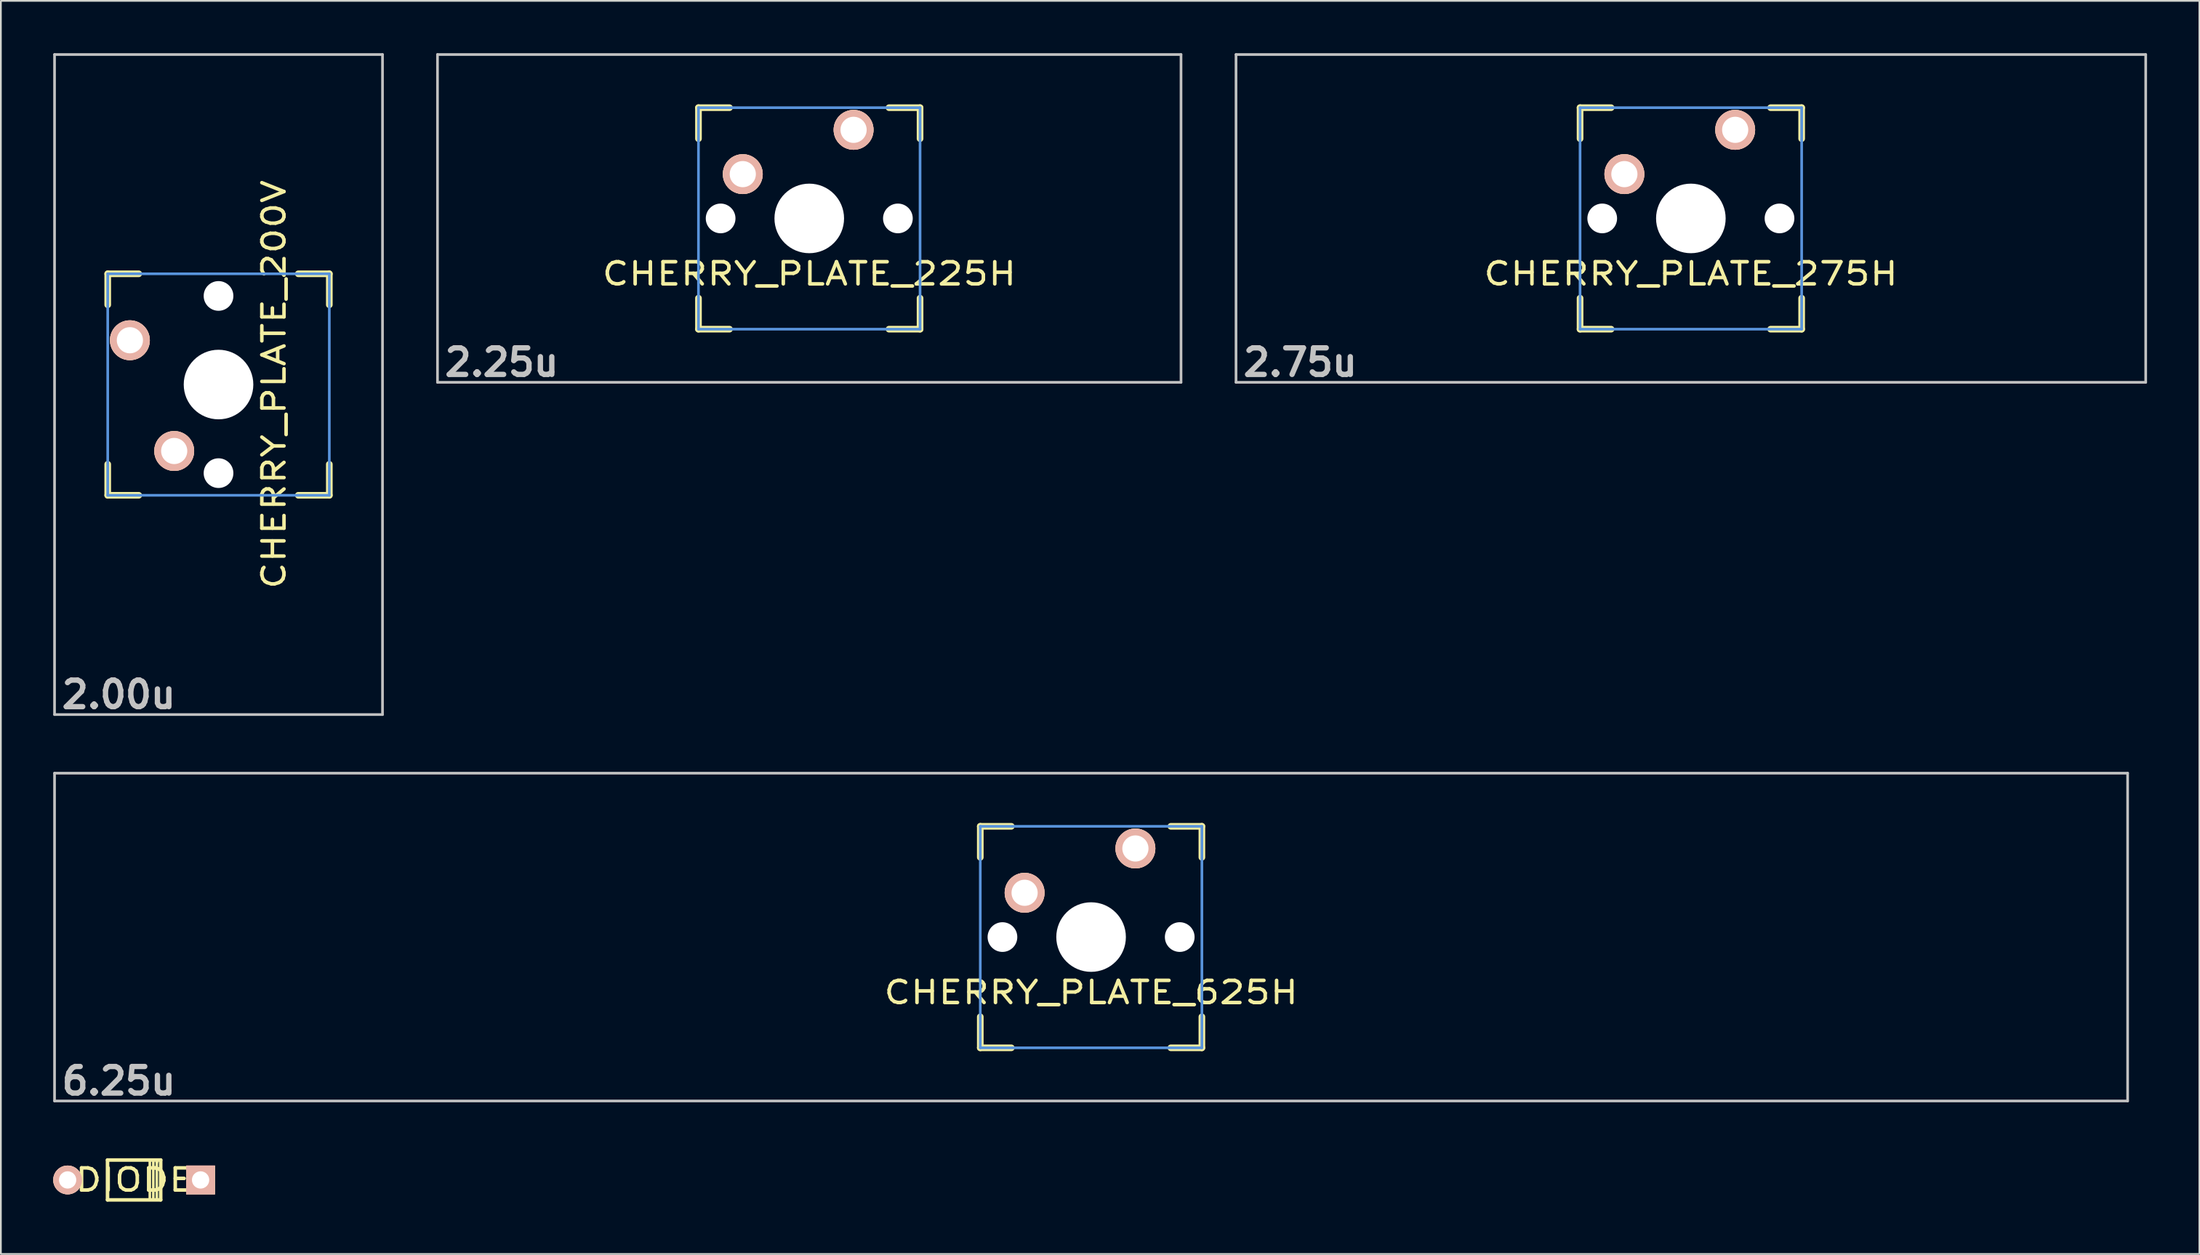
<source format=kicad_pcb>
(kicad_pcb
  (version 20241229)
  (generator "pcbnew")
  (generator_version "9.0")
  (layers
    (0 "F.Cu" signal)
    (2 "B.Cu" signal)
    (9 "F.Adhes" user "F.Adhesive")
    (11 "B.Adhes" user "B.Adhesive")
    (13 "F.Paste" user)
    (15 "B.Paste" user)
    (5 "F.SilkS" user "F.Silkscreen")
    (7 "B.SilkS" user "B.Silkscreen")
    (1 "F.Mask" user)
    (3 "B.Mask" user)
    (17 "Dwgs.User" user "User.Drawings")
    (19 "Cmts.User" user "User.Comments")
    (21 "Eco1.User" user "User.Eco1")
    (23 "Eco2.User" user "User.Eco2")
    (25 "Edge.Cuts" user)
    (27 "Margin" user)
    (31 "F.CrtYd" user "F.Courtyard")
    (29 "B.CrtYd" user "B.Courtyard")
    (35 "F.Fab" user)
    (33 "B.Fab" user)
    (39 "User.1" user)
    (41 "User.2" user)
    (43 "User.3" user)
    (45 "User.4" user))
  (footprint "CHERRY_PLATE_225H"
    (layer "F.Cu")
    (at 43.33 9.474)
    (property "Reference" "CHERRY_PLATE_225H" (at 0 3.175 0) (layer "F.SilkS") (effects (font (size 1.27 1.524) (thickness 0.203))))
    (attr through_hole)
    (fp_line (start -6.35 -6.35) (end -4.572 -6.35) (stroke (width 0.381) (type solid)) (layer "F.SilkS"))
    (fp_line (start -6.35 -4.572) (end -6.35 -6.35) (stroke (width 0.381) (type solid)) (layer "F.SilkS"))
    (fp_line (start -6.35 6.35) (end -6.35 4.572) (stroke (width 0.381) (type solid)) (layer "F.SilkS"))
    (fp_line (start -4.572 6.35) (end -6.35 6.35) (stroke (width 0.381) (type solid)) (layer "F.SilkS"))
    (fp_line (start 4.572 -6.35) (end 6.35 -6.35) (stroke (width 0.381) (type solid)) (layer "F.SilkS"))
    (fp_line (start 6.35 -6.35) (end 6.35 -4.572) (stroke (width 0.381) (type solid)) (layer "F.SilkS"))
    (fp_line (start 6.35 4.572) (end 6.35 6.35) (stroke (width 0.381) (type solid)) (layer "F.SilkS"))
    (fp_line (start 6.35 6.35) (end 4.572 6.35) (stroke (width 0.381) (type solid)) (layer "F.SilkS"))
    (fp_line (start -21.306 -9.398) (end 21.306 -9.398) (stroke (width 0.152) (type solid)) (layer "Dwgs.User"))
    (fp_line (start -21.306 9.398) (end -21.306 -9.398) (stroke (width 0.152) (type solid)) (layer "Dwgs.User"))
    (fp_line (start 21.306 -9.398) (end 21.306 9.398) (stroke (width 0.152) (type solid)) (layer "Dwgs.User"))
    (fp_line (start 21.306 9.398) (end -21.306 9.398) (stroke (width 0.152) (type solid)) (layer "Dwgs.User"))
    (fp_line (start -6.35 -6.35) (end 6.35 -6.35) (stroke (width 0.152) (type solid)) (layer "Cmts.User"))
    (fp_line (start -6.35 6.35) (end -6.35 -6.35) (stroke (width 0.152) (type solid)) (layer "Cmts.User"))
    (fp_line (start 6.35 -6.35) (end 6.35 6.35) (stroke (width 0.152) (type solid)) (layer "Cmts.User"))
    (fp_line (start 6.35 6.35) (end -6.35 6.35) (stroke (width 0.152) (type solid)) (layer "Cmts.User"))
    (fp_text user "2.25u" (at -17.623 8.255 0) (layer "Dwgs.User") (effects (font (size 1.524 1.524) (thickness 0.305))))
    (pad "" np_thru_hole circle (at -5.08 0) (size 1.702 1.702) (drill 1.702) (layers "*.Cu"))
    (pad "" np_thru_hole circle (at 0 0) (size 3.988 3.988) (drill 3.988) (layers "*.Cu"))
    (pad "" np_thru_hole circle (at 5.08 0) (size 1.702 1.702) (drill 1.702) (layers "*.Cu"))
    (pad "1" thru_hole circle (at 2.54 -5.08) (size 2.286 2.286) (drill 1.499) (layers "*.Cu" "*.SilkS" "*.Mask"))
    (pad "2" thru_hole circle (at -3.81 -2.54) (size 2.286 2.286) (drill 1.499) (layers "*.Cu" "*.SilkS" "*.Mask")))
  (footprint "DIODE"
    (layer "F.Cu")
    (at 4.636 64.606)
    (property "Reference" "DIODE" (at 0 0 0) (layer "F.SilkS") (effects (font (size 1.27 1.524) (thickness 0.203))))
    (attr through_hole)
    (fp_line (start -1.524 -1.143) (end 1.524 -1.143) (stroke (width 0.203) (type solid)) (layer "F.SilkS"))
    (fp_line (start -1.524 1.143) (end -1.524 -1.143) (stroke (width 0.203) (type solid)) (layer "F.SilkS"))
    (fp_line (start 0.9 1.1) (end 0.9 -1.1) (stroke (width 0.15) (type solid)) (layer "F.SilkS"))
    (fp_line (start 1.1 -1.1) (end 1.1 1.1) (stroke (width 0.15) (type solid)) (layer "F.SilkS"))
    (fp_line (start 1.3 -1.1) (end 1.3 -1) (stroke (width 0.15) (type solid)) (layer "F.SilkS"))
    (fp_line (start 1.3 -1) (end 1.3 -1.1) (stroke (width 0.15) (type solid)) (layer "F.SilkS"))
    (fp_line (start 1.3 1.1) (end 1.3 -1) (stroke (width 0.15) (type solid)) (layer "F.SilkS"))
    (fp_line (start 1.524 -1.143) (end 1.524 1.143) (stroke (width 0.203) (type solid)) (layer "F.SilkS"))
    (fp_line (start 1.524 1.143) (end -1.524 1.143) (stroke (width 0.203) (type solid)) (layer "F.SilkS"))
    (pad "1" thru_hole circle (at -3.81 0) (size 1.651 1.651) (drill 0.991) (layers "*.Cu" "*.SilkS" "*.Mask"))
    (pad "2" thru_hole rect (at 3.81 0) (size 1.651 1.651) (drill 0.991) (layers "*.Cu" "*.SilkS" "*.Mask")))
  (footprint "CHERRY_PLATE_200V"
    (layer "F.Cu")
    (at 9.474 18.999)
    (property "Reference" "CHERRY_PLATE_200V" (at 3.175 0 90) (layer "F.SilkS") (effects (font (size 1.27 1.524) (thickness 0.203))))
    (attr through_hole)
    (fp_line (start -6.35 -6.35) (end -4.572 -6.35) (stroke (width 0.381) (type solid)) (layer "F.SilkS"))
    (fp_line (start -6.35 -4.572) (end -6.35 -6.35) (stroke (width 0.381) (type solid)) (layer "F.SilkS"))
    (fp_line (start -6.35 6.35) (end -6.35 4.572) (stroke (width 0.381) (type solid)) (layer "F.SilkS"))
    (fp_line (start -4.572 6.35) (end -6.35 6.35) (stroke (width 0.381) (type solid)) (layer "F.SilkS"))
    (fp_line (start 4.572 -6.35) (end 6.35 -6.35) (stroke (width 0.381) (type solid)) (layer "F.SilkS"))
    (fp_line (start 6.35 -6.35) (end 6.35 -4.572) (stroke (width 0.381) (type solid)) (layer "F.SilkS"))
    (fp_line (start 6.35 4.572) (end 6.35 6.35) (stroke (width 0.381) (type solid)) (layer "F.SilkS"))
    (fp_line (start 6.35 6.35) (end 4.572 6.35) (stroke (width 0.381) (type solid)) (layer "F.SilkS"))
    (fp_line (start -9.398 -18.923) (end 9.398 -18.923) (stroke (width 0.152) (type solid)) (layer "Dwgs.User"))
    (fp_line (start -9.398 18.923) (end -9.398 -18.923) (stroke (width 0.152) (type solid)) (layer "Dwgs.User"))
    (fp_line (start 9.398 -18.923) (end 9.398 18.923) (stroke (width 0.152) (type solid)) (layer "Dwgs.User"))
    (fp_line (start 9.398 18.923) (end -9.398 18.923) (stroke (width 0.152) (type solid)) (layer "Dwgs.User"))
    (fp_line (start -6.35 -6.35) (end 6.35 -6.35) (stroke (width 0.152) (type solid)) (layer "Cmts.User"))
    (fp_line (start -6.35 6.35) (end -6.35 -6.35) (stroke (width 0.152) (type solid)) (layer "Cmts.User"))
    (fp_line (start 6.35 -6.35) (end 6.35 6.35) (stroke (width 0.152) (type solid)) (layer "Cmts.User"))
    (fp_line (start 6.35 6.35) (end -6.35 6.35) (stroke (width 0.152) (type solid)) (layer "Cmts.User"))
    (fp_text user "2.00u" (at -5.715 17.78 0) (layer "Dwgs.User") (effects (font (size 1.524 1.524) (thickness 0.305))))
    (pad "" np_thru_hole circle (at 0 -5.08 90) (size 1.702 1.702) (drill 1.702) (layers "*.Cu"))
    (pad "" np_thru_hole circle (at 0 0 90) (size 3.988 3.988) (drill 3.988) (layers "*.Cu"))
    (pad "" np_thru_hole circle (at 0 5.08 90) (size 1.702 1.702) (drill 1.702) (layers "*.Cu"))
    (pad "1" thru_hole circle (at -5.08 -2.54 90) (size 2.286 2.286) (drill 1.499) (layers "*.Cu" "*.SilkS" "*.Mask"))
    (pad "2" thru_hole circle (at -2.54 3.81 90) (size 2.286 2.286) (drill 1.499) (layers "*.Cu" "*.SilkS" "*.Mask")))
  (footprint "CHERRY_PLATE_625H"
    (layer "F.Cu")
    (at 59.482 50.68)
    (property "Reference" "CHERRY_PLATE_625H" (at 0 3.175 0) (layer "F.SilkS") (effects (font (size 1.27 1.524) (thickness 0.203))))
    (attr through_hole)
    (fp_line (start -6.35 -6.35) (end -4.572 -6.35) (stroke (width 0.381) (type solid)) (layer "F.SilkS"))
    (fp_line (start -6.35 -4.572) (end -6.35 -6.35) (stroke (width 0.381) (type solid)) (layer "F.SilkS"))
    (fp_line (start -6.35 6.35) (end -6.35 4.572) (stroke (width 0.381) (type solid)) (layer "F.SilkS"))
    (fp_line (start -4.572 6.35) (end -6.35 6.35) (stroke (width 0.381) (type solid)) (layer "F.SilkS"))
    (fp_line (start 4.572 -6.35) (end 6.35 -6.35) (stroke (width 0.381) (type solid)) (layer "F.SilkS"))
    (fp_line (start 6.35 -6.35) (end 6.35 -4.572) (stroke (width 0.381) (type solid)) (layer "F.SilkS"))
    (fp_line (start 6.35 4.572) (end 6.35 6.35) (stroke (width 0.381) (type solid)) (layer "F.SilkS"))
    (fp_line (start 6.35 6.35) (end 4.572 6.35) (stroke (width 0.381) (type solid)) (layer "F.SilkS"))
    (fp_line (start -59.406 -9.398) (end 59.406 -9.398) (stroke (width 0.152) (type solid)) (layer "Dwgs.User"))
    (fp_line (start -59.406 9.398) (end -59.406 -9.398) (stroke (width 0.152) (type solid)) (layer "Dwgs.User"))
    (fp_line (start 59.406 -9.398) (end 59.406 9.398) (stroke (width 0.152) (type solid)) (layer "Dwgs.User"))
    (fp_line (start 59.406 9.398) (end -59.406 9.398) (stroke (width 0.152) (type solid)) (layer "Dwgs.User"))
    (fp_line (start -6.35 -6.35) (end 6.35 -6.35) (stroke (width 0.152) (type solid)) (layer "Cmts.User"))
    (fp_line (start -6.35 6.35) (end -6.35 -6.35) (stroke (width 0.152) (type solid)) (layer "Cmts.User"))
    (fp_line (start 6.35 -6.35) (end 6.35 6.35) (stroke (width 0.152) (type solid)) (layer "Cmts.User"))
    (fp_line (start 6.35 6.35) (end -6.35 6.35) (stroke (width 0.152) (type solid)) (layer "Cmts.User"))
    (fp_text user "6.25u" (at -55.723 8.255 0) (layer "Dwgs.User") (effects (font (size 1.524 1.524) (thickness 0.305))))
    (pad "" np_thru_hole circle (at -5.08 0) (size 1.702 1.702) (drill 1.702) (layers "*.Cu"))
    (pad "" np_thru_hole circle (at 0 0) (size 3.988 3.988) (drill 3.988) (layers "*.Cu"))
    (pad "" np_thru_hole circle (at 5.08 0) (size 1.702 1.702) (drill 1.702) (layers "*.Cu"))
    (pad "1" thru_hole circle (at 2.54 -5.08) (size 2.286 2.286) (drill 1.499) (layers "*.Cu" "*.SilkS" "*.Mask"))
    (pad "2" thru_hole circle (at -3.81 -2.54) (size 2.286 2.286) (drill 1.499) (layers "*.Cu" "*.SilkS" "*.Mask")))
  (footprint "CHERRY_PLATE_275H"
    (layer "F.Cu")
    (at 93.856 9.474)
    (property "Reference" "CHERRY_PLATE_275H" (at 0 3.175 0) (layer "F.SilkS") (effects (font (size 1.27 1.524) (thickness 0.203))))
    (attr through_hole)
    (fp_line (start -6.35 -6.35) (end -4.572 -6.35) (stroke (width 0.381) (type solid)) (layer "F.SilkS"))
    (fp_line (start -6.35 -4.572) (end -6.35 -6.35) (stroke (width 0.381) (type solid)) (layer "F.SilkS"))
    (fp_line (start -6.35 6.35) (end -6.35 4.572) (stroke (width 0.381) (type solid)) (layer "F.SilkS"))
    (fp_line (start -4.572 6.35) (end -6.35 6.35) (stroke (width 0.381) (type solid)) (layer "F.SilkS"))
    (fp_line (start 4.572 -6.35) (end 6.35 -6.35) (stroke (width 0.381) (type solid)) (layer "F.SilkS"))
    (fp_line (start 6.35 -6.35) (end 6.35 -4.572) (stroke (width 0.381) (type solid)) (layer "F.SilkS"))
    (fp_line (start 6.35 4.572) (end 6.35 6.35) (stroke (width 0.381) (type solid)) (layer "F.SilkS"))
    (fp_line (start 6.35 6.35) (end 4.572 6.35) (stroke (width 0.381) (type solid)) (layer "F.SilkS"))
    (fp_line (start -26.068 -9.398) (end 26.068 -9.398) (stroke (width 0.152) (type solid)) (layer "Dwgs.User"))
    (fp_line (start -26.068 9.398) (end -26.068 -9.398) (stroke (width 0.152) (type solid)) (layer "Dwgs.User"))
    (fp_line (start 26.068 -9.398) (end 26.068 9.398) (stroke (width 0.152) (type solid)) (layer "Dwgs.User"))
    (fp_line (start 26.068 9.398) (end -26.068 9.398) (stroke (width 0.152) (type solid)) (layer "Dwgs.User"))
    (fp_line (start -6.35 -6.35) (end 6.35 -6.35) (stroke (width 0.152) (type solid)) (layer "Cmts.User"))
    (fp_line (start -6.35 6.35) (end -6.35 -6.35) (stroke (width 0.152) (type solid)) (layer "Cmts.User"))
    (fp_line (start 6.35 -6.35) (end 6.35 6.35) (stroke (width 0.152) (type solid)) (layer "Cmts.User"))
    (fp_line (start 6.35 6.35) (end -6.35 6.35) (stroke (width 0.152) (type solid)) (layer "Cmts.User"))
    (fp_text user "2.75u" (at -22.385 8.255 0) (layer "Dwgs.User") (effects (font (size 1.524 1.524) (thickness 0.305))))
    (pad "" np_thru_hole circle (at -5.08 0) (size 1.702 1.702) (drill 1.702) (layers "*.Cu"))
    (pad "" np_thru_hole circle (at 0 0) (size 3.988 3.988) (drill 3.988) (layers "*.Cu"))
    (pad "" np_thru_hole circle (at 5.08 0) (size 1.702 1.702) (drill 1.702) (layers "*.Cu"))
    (pad "1" thru_hole circle (at 2.54 -5.08) (size 2.286 2.286) (drill 1.499) (layers "*.Cu" "*.SilkS" "*.Mask"))
    (pad "2" thru_hole circle (at -3.81 -2.54) (size 2.286 2.286) (drill 1.499) (layers "*.Cu" "*.SilkS" "*.Mask")))
  (gr_rect
    (start -3 -3)
    (end 123 68.851)
    (stroke (width 0.1) (type default))
    (fill no)
    (layer "Edge.Cuts")))
</source>
